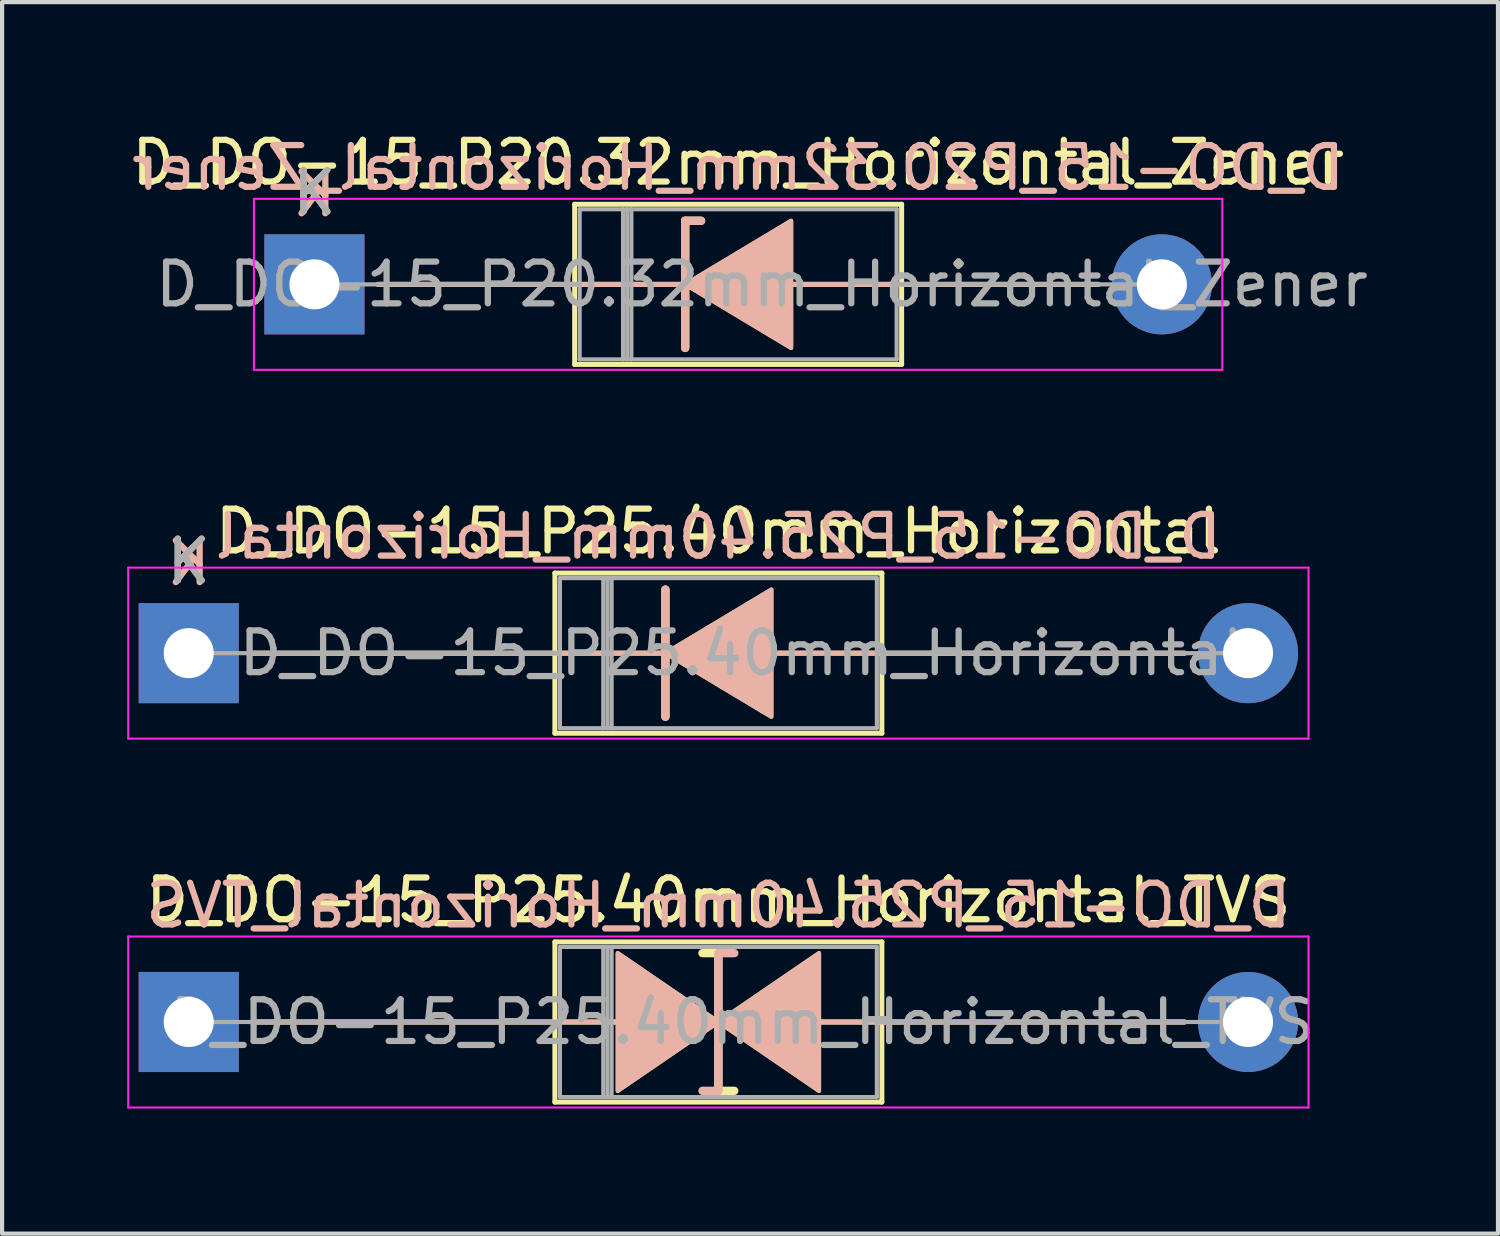
<source format=kicad_pcb>
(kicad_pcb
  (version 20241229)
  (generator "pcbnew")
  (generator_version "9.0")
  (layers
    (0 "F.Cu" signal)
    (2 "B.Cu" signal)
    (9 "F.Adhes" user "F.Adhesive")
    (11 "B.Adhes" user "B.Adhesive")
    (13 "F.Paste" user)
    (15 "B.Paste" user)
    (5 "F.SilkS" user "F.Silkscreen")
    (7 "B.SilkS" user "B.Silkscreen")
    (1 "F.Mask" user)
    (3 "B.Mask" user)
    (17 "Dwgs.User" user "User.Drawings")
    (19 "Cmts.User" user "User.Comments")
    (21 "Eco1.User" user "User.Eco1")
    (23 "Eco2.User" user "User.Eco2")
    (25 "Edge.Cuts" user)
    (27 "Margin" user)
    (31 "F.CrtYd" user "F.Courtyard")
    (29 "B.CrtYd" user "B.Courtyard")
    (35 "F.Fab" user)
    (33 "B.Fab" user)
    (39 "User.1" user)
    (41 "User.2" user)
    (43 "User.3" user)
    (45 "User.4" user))
  (footprint "D_DO-15_P25.40mm_Horizontal"
    (layer "F.Cu")
    (at 1.475 12.611)
    (property "Reference" "D_DO-15_P25.40mm_Horizontal" (at 12.7 -2.92 0) (layer "F.SilkS") (effects (font (size 1 1) (thickness 0.15))))
    (fp_line (start 1.524 0) (end 8.78 0) (stroke (width 0.12) (type solid)) (layer "F.SilkS"))
    (fp_line (start 8.78 -1.92) (end 8.78 1.92) (stroke (width 0.12) (type solid)) (layer "F.SilkS"))
    (fp_line (start 8.78 1.92) (end 16.62 1.92) (stroke (width 0.12) (type solid)) (layer "F.SilkS"))
    (fp_line (start 11.43 -1.524) (end 11.43 1.524) (stroke (width 0.2) (type solid)) (layer "F.SilkS"))
    (fp_line (start 11.43 0) (end 8.78 0) (stroke (width 0.12) (type solid)) (layer "F.SilkS"))
    (fp_line (start 16.62 -1.92) (end 8.78 -1.92) (stroke (width 0.12) (type solid)) (layer "F.SilkS"))
    (fp_line (start 16.62 0) (end 13.97 0) (stroke (width 0.12) (type solid)) (layer "F.SilkS"))
    (fp_line (start 16.62 1.92) (end 16.62 -1.92) (stroke (width 0.12) (type solid)) (layer "F.SilkS"))
    (fp_line (start 23.876 0) (end 16.62 0) (stroke (width 0.12) (type solid)) (layer "F.SilkS"))
    (fp_poly (pts (xy 13.97 1.524) (xy 11.43 0) (xy 13.97 -1.524)) (stroke (width 0.1) (type solid)) (fill yes) (layer "F.SilkS"))
    (fp_line (start 1.524 0) (end 8.78 0) (stroke (width 0.12) (type solid)) (layer "B.SilkS"))
    (fp_line (start 11.43 0) (end 8.78 0) (stroke (width 0.12) (type solid)) (layer "B.SilkS"))
    (fp_line (start 11.43 1.524) (end 11.43 -1.524) (stroke (width 0.2) (type solid)) (layer "B.SilkS"))
    (fp_line (start 16.62 0) (end 13.97 0) (stroke (width 0.12) (type solid)) (layer "B.SilkS"))
    (fp_line (start 23.876 0) (end 16.62 0) (stroke (width 0.12) (type solid)) (layer "B.SilkS"))
    (fp_poly (pts (xy 13.97 -1.524) (xy 11.43 0) (xy 13.97 1.524)) (stroke (width 0.1) (type solid)) (fill yes) (layer "B.SilkS"))
    (fp_line (start -1.45 -2.05) (end -1.45 2.05) (stroke (width 0.05) (type solid)) (layer "F.CrtYd"))
    (fp_line (start -1.45 2.05) (end 26.85 2.05) (stroke (width 0.05) (type solid)) (layer "F.CrtYd"))
    (fp_line (start 26.85 -2.05) (end -1.45 -2.05) (stroke (width 0.05) (type solid)) (layer "F.CrtYd"))
    (fp_line (start 26.85 2.05) (end 26.85 -2.05) (stroke (width 0.05) (type solid)) (layer "F.CrtYd"))
    (fp_line (start 0 0) (end 8.9 0) (stroke (width 0.1) (type solid)) (layer "F.Fab"))
    (fp_line (start 8.9 -1.8) (end 8.9 1.8) (stroke (width 0.1) (type solid)) (layer "F.Fab"))
    (fp_line (start 8.9 1.8) (end 16.5 1.8) (stroke (width 0.1) (type solid)) (layer "F.Fab"))
    (fp_line (start 9.94 -1.8) (end 9.94 1.8) (stroke (width 0.1) (type solid)) (layer "F.Fab"))
    (fp_line (start 10.04 -1.8) (end 10.04 1.8) (stroke (width 0.1) (type solid)) (layer "F.Fab"))
    (fp_line (start 10.14 -1.8) (end 10.14 1.8) (stroke (width 0.1) (type solid)) (layer "F.Fab"))
    (fp_line (start 16.5 -1.8) (end 8.9 -1.8) (stroke (width 0.1) (type solid)) (layer "F.Fab"))
    (fp_line (start 16.5 1.8) (end 16.5 -1.8) (stroke (width 0.1) (type solid)) (layer "F.Fab"))
    (fp_line (start 25.4 0) (end 16.5 0) (stroke (width 0.1) (type solid)) (layer "F.Fab"))
    (fp_text user "K" (at 0 -2.2 0) (layer "F.SilkS") (effects (font (size 1 1) (thickness 0.15))))
    (fp_text user "${REFERENCE}" (at 12.7 -2.794 0) (layer "B.SilkS") (effects (font (size 1 1) (thickness 0.15)) (justify mirror)))
    (fp_text user "K" (at 0 -2.159 0) (layer "B.SilkS") (effects (font (size 1 1) (thickness 0.15)) (justify mirror)))
    (fp_text user "${REFERENCE}" (at 13.27 0 0) (layer "F.Fab") (effects (font (size 1 1) (thickness 0.15))))
    (fp_text user "K" (at 0 -2.2 0) (layer "F.Fab") (effects (font (size 1 1) (thickness 0.15))))
    (pad "1" thru_hole rect (at 0 0) (size 2.4 2.4) (drill 1.2) (layers "*.Cu" "*.Mask"))
    (pad "2" thru_hole oval (at 25.4 0) (size 2.4 2.4) (drill 1.2) (layers "*.Cu" "*.Mask")))
  (footprint "D_DO-15_P25.40mm_Horizontal_TVS"
    (layer "F.Cu")
    (at 1.475 21.455)
    (property "Reference" "D_DO-15_P25.40mm_Horizontal_TVS" (at 12.7 -2.92 0) (layer "F.SilkS") (effects (font (size 1 1) (thickness 0.15))))
    (fp_line (start 1.524 0) (end 8.78 0) (stroke (width 0.12) (type solid)) (layer "F.SilkS"))
    (fp_line (start 8.78 -1.92) (end 8.78 1.92) (stroke (width 0.12) (type solid)) (layer "F.SilkS"))
    (fp_line (start 8.78 0) (end 10.287 0) (stroke (width 0.12) (type solid)) (layer "F.SilkS"))
    (fp_line (start 8.78 1.92) (end 16.62 1.92) (stroke (width 0.12) (type solid)) (layer "F.SilkS"))
    (fp_line (start 12.7 -1.651) (end 12.319 -1.651) (stroke (width 0.2) (type solid)) (layer "F.SilkS"))
    (fp_line (start 12.7 1.651) (end 12.7 -1.651) (stroke (width 0.2) (type solid)) (layer "F.SilkS"))
    (fp_line (start 13.081 1.651) (end 12.7 1.651) (stroke (width 0.2) (type solid)) (layer "F.SilkS"))
    (fp_line (start 16.62 -1.92) (end 8.78 -1.92) (stroke (width 0.12) (type solid)) (layer "F.SilkS"))
    (fp_line (start 16.62 1.92) (end 16.62 -1.92) (stroke (width 0.12) (type solid)) (layer "F.SilkS"))
    (fp_line (start 16.637 0) (end 15.113 0) (stroke (width 0.12) (type solid)) (layer "F.SilkS"))
    (fp_line (start 23.876 0) (end 16.62 0) (stroke (width 0.12) (type solid)) (layer "F.SilkS"))
    (fp_poly (pts (xy 12.7 0) (xy 10.287 1.651) (xy 10.287 -1.651)) (stroke (width 0.1) (type solid)) (fill yes) (layer "F.SilkS"))
    (fp_poly (pts (xy 12.7 0) (xy 15.113 -1.651) (xy 15.113 1.651)) (stroke (width 0.1) (type solid)) (fill yes) (layer "F.SilkS"))
    (fp_line (start 1.524 0) (end 8.78 0) (stroke (width 0.12) (type solid)) (layer "B.SilkS"))
    (fp_line (start 8.78 0) (end 10.287 0) (stroke (width 0.12) (type solid)) (layer "B.SilkS"))
    (fp_line (start 12.7 -1.651) (end 12.7 1.651) (stroke (width 0.2) (type solid)) (layer "B.SilkS"))
    (fp_line (start 12.7 1.651) (end 12.319 1.651) (stroke (width 0.2) (type solid)) (layer "B.SilkS"))
    (fp_line (start 13.081 -1.651) (end 12.7 -1.651) (stroke (width 0.2) (type solid)) (layer "B.SilkS"))
    (fp_line (start 16.637 0) (end 15.113 0) (stroke (width 0.12) (type solid)) (layer "B.SilkS"))
    (fp_line (start 23.876 0) (end 16.62 0) (stroke (width 0.12) (type solid)) (layer "B.SilkS"))
    (fp_poly (pts (xy 12.7 0) (xy 10.287 -1.651) (xy 10.287 1.651)) (stroke (width 0.1) (type solid)) (fill yes) (layer "B.SilkS"))
    (fp_poly (pts (xy 12.7 0) (xy 15.113 1.651) (xy 15.113 -1.651)) (stroke (width 0.1) (type solid)) (fill yes) (layer "B.SilkS"))
    (fp_line (start -1.45 -2.05) (end -1.45 2.05) (stroke (width 0.05) (type solid)) (layer "F.CrtYd"))
    (fp_line (start -1.45 2.05) (end 26.85 2.05) (stroke (width 0.05) (type solid)) (layer "F.CrtYd"))
    (fp_line (start 26.85 -2.05) (end -1.45 -2.05) (stroke (width 0.05) (type solid)) (layer "F.CrtYd"))
    (fp_line (start 26.85 2.05) (end 26.85 -2.05) (stroke (width 0.05) (type solid)) (layer "F.CrtYd"))
    (fp_line (start 0 0) (end 8.9 0) (stroke (width 0.1) (type solid)) (layer "F.Fab"))
    (fp_line (start 8.9 -1.8) (end 8.9 1.8) (stroke (width 0.1) (type solid)) (layer "F.Fab"))
    (fp_line (start 8.9 1.8) (end 16.5 1.8) (stroke (width 0.1) (type solid)) (layer "F.Fab"))
    (fp_line (start 9.94 -1.8) (end 9.94 1.8) (stroke (width 0.1) (type solid)) (layer "F.Fab"))
    (fp_line (start 10.04 -1.8) (end 10.04 1.8) (stroke (width 0.1) (type solid)) (layer "F.Fab"))
    (fp_line (start 10.14 -1.8) (end 10.14 1.8) (stroke (width 0.1) (type solid)) (layer "F.Fab"))
    (fp_line (start 16.5 -1.8) (end 8.9 -1.8) (stroke (width 0.1) (type solid)) (layer "F.Fab"))
    (fp_line (start 16.5 1.8) (end 16.5 -1.8) (stroke (width 0.1) (type solid)) (layer "F.Fab"))
    (fp_line (start 25.4 0) (end 16.5 0) (stroke (width 0.1) (type solid)) (layer "F.Fab"))
    (fp_text user "${REFERENCE}" (at 12.7 -2.794 0) (layer "B.SilkS") (effects (font (size 1 1) (thickness 0.15)) (justify mirror)))
    (fp_text user "${REFERENCE}" (at 13.27 0 0) (layer "F.Fab") (effects (font (size 1 1) (thickness 0.15))))
    (pad "1" thru_hole rect (at 0 0) (size 2.4 2.4) (drill 1.2) (layers "*.Cu" "*.Mask"))
    (pad "2" thru_hole oval (at 25.4 0) (size 2.4 2.4) (drill 1.2) (layers "*.Cu" "*.Mask")))
  (footprint "D_DO-15_P20.32mm_Horizontal_Zener"
    (layer "F.Cu")
    (at 4.489 3.768)
    (property "Reference" "D_DO-15_P20.32mm_Horizontal_Zener" (at 10.16 -2.92 0) (layer "F.SilkS") (effects (font (size 1 1) (thickness 0.15))))
    (fp_line (start 1.524 0) (end 6.24 0) (stroke (width 0.12) (type solid)) (layer "F.SilkS"))
    (fp_line (start 6.24 -1.92) (end 6.24 1.92) (stroke (width 0.12) (type solid)) (layer "F.SilkS"))
    (fp_line (start 6.24 1.92) (end 14.08 1.92) (stroke (width 0.12) (type solid)) (layer "F.SilkS"))
    (fp_line (start 8.89 -1.524) (end 8.89 1.524) (stroke (width 0.2) (type solid)) (layer "F.SilkS"))
    (fp_line (start 8.89 -1.524) (end 9.271 -1.524) (stroke (width 0.2) (type solid)) (layer "F.SilkS"))
    (fp_line (start 8.89 0) (end 6.24 0) (stroke (width 0.12) (type solid)) (layer "F.SilkS"))
    (fp_line (start 14.08 -1.92) (end 6.24 -1.92) (stroke (width 0.12) (type solid)) (layer "F.SilkS"))
    (fp_line (start 14.08 0) (end 11.43 0) (stroke (width 0.12) (type solid)) (layer "F.SilkS"))
    (fp_line (start 14.08 1.92) (end 14.08 -1.92) (stroke (width 0.12) (type solid)) (layer "F.SilkS"))
    (fp_line (start 18.796 0) (end 14.08 0) (stroke (width 0.12) (type solid)) (layer "F.SilkS"))
    (fp_poly (pts (xy 11.43 1.524) (xy 8.89 0) (xy 11.43 -1.524)) (stroke (width 0.1) (type solid)) (fill yes) (layer "F.SilkS"))
    (fp_line (start 1.524 0) (end 6.24 0) (stroke (width 0.12) (type solid)) (layer "B.SilkS"))
    (fp_line (start 8.89 -1.524) (end 9.271 -1.524) (stroke (width 0.2) (type solid)) (layer "B.SilkS"))
    (fp_line (start 8.89 0) (end 6.24 0) (stroke (width 0.12) (type solid)) (layer "B.SilkS"))
    (fp_line (start 8.89 1.524) (end 8.89 -1.524) (stroke (width 0.2) (type solid)) (layer "B.SilkS"))
    (fp_line (start 14.08 0) (end 11.43 0) (stroke (width 0.12) (type solid)) (layer "B.SilkS"))
    (fp_line (start 18.796 0) (end 14.08 0) (stroke (width 0.12) (type solid)) (layer "B.SilkS"))
    (fp_poly (pts (xy 11.43 -1.524) (xy 8.89 0) (xy 11.43 1.524)) (stroke (width 0.1) (type solid)) (fill yes) (layer "B.SilkS"))
    (fp_line (start -1.45 -2.05) (end -1.45 2.05) (stroke (width 0.05) (type solid)) (layer "F.CrtYd"))
    (fp_line (start -1.45 2.05) (end 21.77 2.05) (stroke (width 0.05) (type solid)) (layer "F.CrtYd"))
    (fp_line (start 21.77 -2.05) (end -1.45 -2.05) (stroke (width 0.05) (type solid)) (layer "F.CrtYd"))
    (fp_line (start 21.77 2.05) (end 21.77 -2.05) (stroke (width 0.05) (type solid)) (layer "F.CrtYd"))
    (fp_line (start 0 0) (end 6.36 0) (stroke (width 0.1) (type solid)) (layer "F.Fab"))
    (fp_line (start 6.36 -1.8) (end 6.36 1.8) (stroke (width 0.1) (type solid)) (layer "F.Fab"))
    (fp_line (start 6.36 1.8) (end 13.96 1.8) (stroke (width 0.1) (type solid)) (layer "F.Fab"))
    (fp_line (start 7.4 -1.8) (end 7.4 1.8) (stroke (width 0.1) (type solid)) (layer "F.Fab"))
    (fp_line (start 7.5 -1.8) (end 7.5 1.8) (stroke (width 0.1) (type solid)) (layer "F.Fab"))
    (fp_line (start 7.6 -1.8) (end 7.6 1.8) (stroke (width 0.1) (type solid)) (layer "F.Fab"))
    (fp_line (start 13.96 -1.8) (end 6.36 -1.8) (stroke (width 0.1) (type solid)) (layer "F.Fab"))
    (fp_line (start 13.96 1.8) (end 13.96 -1.8) (stroke (width 0.1) (type solid)) (layer "F.Fab"))
    (fp_line (start 20.32 0) (end 13.96 0) (stroke (width 0.1) (type solid)) (layer "F.Fab"))
    (fp_text user "K" (at 0 -2.2 0) (layer "F.SilkS") (effects (font (size 1 1) (thickness 0.15))))
    (fp_text user "K" (at 0 -2.159 0) (layer "B.SilkS") (effects (font (size 1 1) (thickness 0.15)) (justify mirror)))
    (fp_text user "${REFERENCE}" (at 10.16 -2.794 0) (layer "B.SilkS") (effects (font (size 1 1) (thickness 0.15)) (justify mirror)))
    (fp_text user "K" (at 0 -2.2 0) (layer "F.Fab") (effects (font (size 1 1) (thickness 0.15))))
    (fp_text user "${REFERENCE}" (at 10.73 0 0) (layer "F.Fab") (effects (font (size 1 1) (thickness 0.15))))
    (pad "1" thru_hole rect (at 0 0) (size 2.4 2.4) (drill 1.2) (layers "*.Cu" "*.Mask"))
    (pad "2" thru_hole oval (at 20.32 0) (size 2.4 2.4) (drill 1.2) (layers "*.Cu" "*.Mask")))
  (gr_rect
    (start -3 -3)
    (end 32.868 26.53)
    (stroke (width 0.1) (type default))
    (fill no)
    (layer "Edge.Cuts")))
</source>
